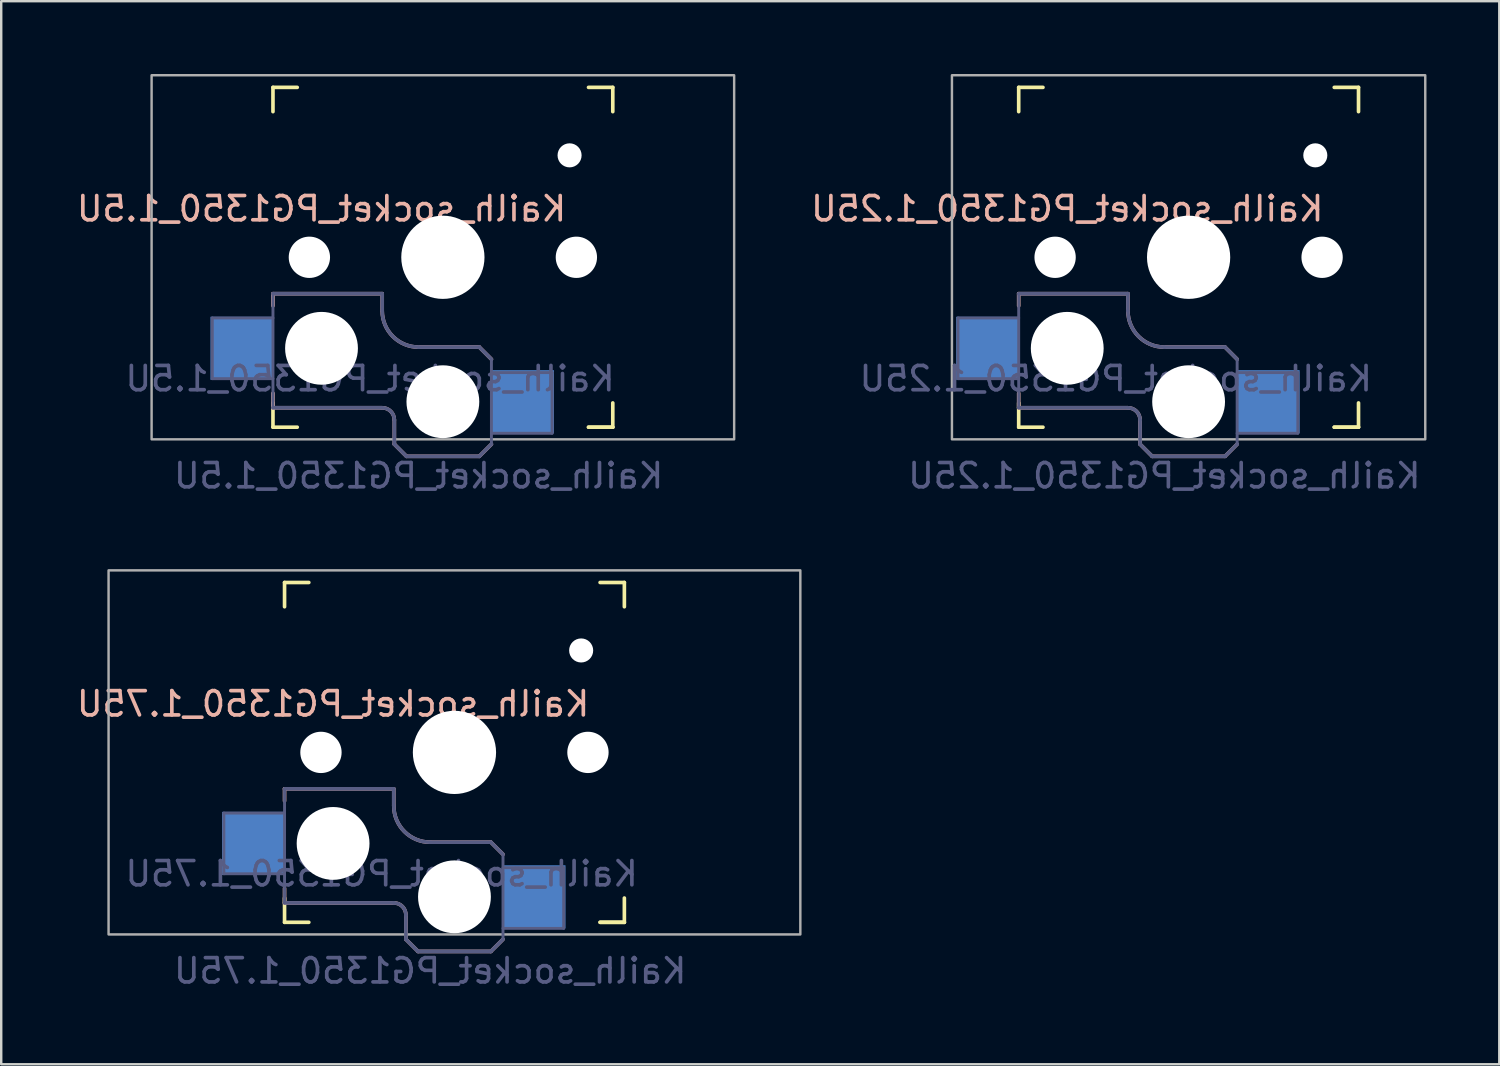
<source format=kicad_pcb>
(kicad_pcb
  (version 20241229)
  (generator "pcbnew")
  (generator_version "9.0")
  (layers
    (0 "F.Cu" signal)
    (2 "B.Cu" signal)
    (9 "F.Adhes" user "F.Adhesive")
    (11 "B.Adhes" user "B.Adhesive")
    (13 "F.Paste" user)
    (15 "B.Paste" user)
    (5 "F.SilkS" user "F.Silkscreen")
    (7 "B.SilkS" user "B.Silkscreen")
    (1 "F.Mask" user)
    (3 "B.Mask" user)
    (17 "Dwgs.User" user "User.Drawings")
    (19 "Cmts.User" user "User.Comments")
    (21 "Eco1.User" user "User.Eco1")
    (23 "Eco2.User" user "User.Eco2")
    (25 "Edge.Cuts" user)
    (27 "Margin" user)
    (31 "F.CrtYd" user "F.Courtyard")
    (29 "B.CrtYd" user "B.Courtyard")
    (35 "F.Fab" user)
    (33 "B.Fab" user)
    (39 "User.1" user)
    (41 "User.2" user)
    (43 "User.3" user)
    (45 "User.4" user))
  (footprint "Kailh_socket_PG1350_1.5U"
    (layer "F.Cu")
    (at 15.196 7.55)
    (property "Reference" "Kailh_socket_PG1350_1.5U" (at -5 -2 0) (layer "B.SilkS") (effects (font (size 1 1) (thickness 0.15)) (justify mirror)))
    (property "Value" "Kailh_socket_PG1350_1.5U" (at 0 8.255 0) (layer "F.Fab") (hide yes) (effects (font (size 1 1) (thickness 0.15))))
    (attr smd)
    (fp_line (start -7 -6) (end -7 -7) (stroke (width 0.15) (type solid)) (layer "F.SilkS"))
    (fp_line (start -7 7) (end -7 6) (stroke (width 0.15) (type solid)) (layer "F.SilkS"))
    (fp_line (start -7 7) (end -6 7) (stroke (width 0.15) (type solid)) (layer "F.SilkS"))
    (fp_line (start -6 -7) (end -7 -7) (stroke (width 0.15) (type solid)) (layer "F.SilkS"))
    (fp_line (start 6 7) (end 7 7) (stroke (width 0.15) (type solid)) (layer "F.SilkS"))
    (fp_line (start 7 -7) (end 6 -7) (stroke (width 0.15) (type solid)) (layer "F.SilkS"))
    (fp_line (start 7 -7) (end 7 -6) (stroke (width 0.15) (type solid)) (layer "F.SilkS"))
    (fp_line (start 7 6) (end 7 7) (stroke (width 0.15) (type solid)) (layer "F.SilkS"))
    (fp_line (start 7 7) (end 6 7) (stroke (width 0.15) (type solid)) (layer "F.SilkS"))
    (fp_line (start -7 1.5) (end -7 2) (stroke (width 0.15) (type solid)) (layer "B.SilkS"))
    (fp_line (start -7 5.6) (end -7 6.2) (stroke (width 0.15) (type solid)) (layer "B.SilkS"))
    (fp_line (start -7 6.2) (end -2.5 6.2) (stroke (width 0.15) (type solid)) (layer "B.SilkS"))
    (fp_line (start -2.5 1.5) (end -7 1.5) (stroke (width 0.15) (type solid)) (layer "B.SilkS"))
    (fp_line (start -2.5 2.2) (end -2.5 1.5) (stroke (width 0.15) (type solid)) (layer "B.SilkS"))
    (fp_line (start -2 6.7) (end -2 7.7) (stroke (width 0.15) (type solid)) (layer "B.SilkS"))
    (fp_line (start -1.5 8.2) (end -2 7.7) (stroke (width 0.15) (type solid)) (layer "B.SilkS"))
    (fp_line (start 1.5 3.7) (end -1 3.7) (stroke (width 0.15) (type solid)) (layer "B.SilkS"))
    (fp_line (start 1.5 8.2) (end -1.5 8.2) (stroke (width 0.15) (type solid)) (layer "B.SilkS"))
    (fp_line (start 2 4.2) (end 1.5 3.7) (stroke (width 0.15) (type solid)) (layer "B.SilkS"))
    (fp_line (start 2 7.7) (end 1.5 8.2) (stroke (width 0.15) (type solid)) (layer "B.SilkS"))
    (fp_arc (start -2.5 6.2) (mid -2.146447 6.346447) (end -2 6.7) (stroke (width 0.15) (type solid)) (layer "B.SilkS"))
    (fp_arc (start -1 3.7) (mid -2.06066 3.26066) (end -2.5 2.2) (stroke (width 0.15) (type solid)) (layer "B.SilkS"))
    (fp_line (start -6.9 6.9) (end -6.9 -6.9) (stroke (width 0.15) (type solid)) (layer "Eco2.User"))
    (fp_line (start -6.9 6.9) (end 6.9 6.9) (stroke (width 0.15) (type solid)) (layer "Eco2.User"))
    (fp_line (start -2.6 -3.1) (end -2.6 -6.3) (stroke (width 0.15) (type solid)) (layer "Eco2.User"))
    (fp_line (start -2.6 -3.1) (end 2.6 -3.1) (stroke (width 0.15) (type solid)) (layer "Eco2.User"))
    (fp_line (start 2.6 -6.3) (end -2.6 -6.3) (stroke (width 0.15) (type solid)) (layer "Eco2.User"))
    (fp_line (start 2.6 -3.1) (end 2.6 -6.3) (stroke (width 0.15) (type solid)) (layer "Eco2.User"))
    (fp_line (start 6.9 -6.9) (end -6.9 -6.9) (stroke (width 0.15) (type solid)) (layer "Eco2.User"))
    (fp_line (start 6.9 -6.9) (end 6.9 6.9) (stroke (width 0.15) (type solid)) (layer "Eco2.User"))
    (fp_line (start -9.5 2.5) (end -7 2.5) (stroke (width 0.12) (type solid)) (layer "B.Fab"))
    (fp_line (start -9.5 5) (end -9.5 2.5) (stroke (width 0.12) (type solid)) (layer "B.Fab"))
    (fp_line (start -7 1.5) (end -7 6.2) (stroke (width 0.12) (type solid)) (layer "B.Fab"))
    (fp_line (start -7 5) (end -9.5 5) (stroke (width 0.12) (type solid)) (layer "B.Fab"))
    (fp_line (start -7 6.2) (end -2.5 6.2) (stroke (width 0.15) (type solid)) (layer "B.Fab"))
    (fp_line (start -2.5 1.5) (end -7 1.5) (stroke (width 0.15) (type solid)) (layer "B.Fab"))
    (fp_line (start -2.5 2.2) (end -2.5 1.5) (stroke (width 0.15) (type solid)) (layer "B.Fab"))
    (fp_line (start -2 6.7) (end -2 7.7) (stroke (width 0.15) (type solid)) (layer "B.Fab"))
    (fp_line (start -1.5 8.2) (end -2 7.7) (stroke (width 0.15) (type solid)) (layer "B.Fab"))
    (fp_line (start 1.5 3.7) (end -1 3.7) (stroke (width 0.15) (type solid)) (layer "B.Fab"))
    (fp_line (start 1.5 8.2) (end -1.5 8.2) (stroke (width 0.15) (type solid)) (layer "B.Fab"))
    (fp_line (start 2 4.2) (end 1.5 3.7) (stroke (width 0.15) (type solid)) (layer "B.Fab"))
    (fp_line (start 2 4.25) (end 2 7.7) (stroke (width 0.12) (type solid)) (layer "B.Fab"))
    (fp_line (start 2 4.75) (end 4.5 4.75) (stroke (width 0.12) (type solid)) (layer "B.Fab"))
    (fp_line (start 2 7.7) (end 1.5 8.2) (stroke (width 0.15) (type solid)) (layer "B.Fab"))
    (fp_line (start 4.5 4.75) (end 4.5 7.25) (stroke (width 0.12) (type solid)) (layer "B.Fab"))
    (fp_line (start 4.5 7.25) (end 2 7.25) (stroke (width 0.12) (type solid)) (layer "B.Fab"))
    (fp_arc (start -2.5 6.2) (mid -2.146447 6.346447) (end -2 6.7) (stroke (width 0.15) (type solid)) (layer "B.Fab"))
    (fp_arc (start -1 3.7) (mid -2.06066 3.26066) (end -2.5 2.2) (stroke (width 0.15) (type solid)) (layer "B.Fab"))
    (fp_rect (start -12 -7.5) (end 12 7.5) (stroke (width 0.1) (type solid)) (fill no) (layer "F.Fab"))
    (fp_text user "${REFERENCE}" (at -3 5 0) (layer "B.Fab") (effects (font (size 1 1) (thickness 0.15)) (justify mirror)))
    (fp_text user "${VALUE}" (at -1 9 0) (layer "B.Fab") (effects (font (size 1 1) (thickness 0.15)) (justify mirror)))
    (pad "" np_thru_hole circle (at -5.5 0) (size 1.702 1.702) (drill 1.702) (layers "*.Cu" "*.Mask"))
    (pad "" np_thru_hole circle (at -5 3.75) (size 3 3) (drill 3) (layers "*.Cu" "*.Mask"))
    (pad "" np_thru_hole circle (at 0 0) (size 3.429 3.429) (drill 3.429) (layers "*.Cu" "*.Mask"))
    (pad "" np_thru_hole circle (at 0 5.95) (size 3 3) (drill 3) (layers "*.Cu" "*.Mask"))
    (pad "" np_thru_hole circle (at 5.22 -4.2) (size 0.991 0.991) (drill 0.991) (layers "*.Cu" "*.Mask"))
    (pad "" np_thru_hole circle (at 5.5 0) (size 1.702 1.702) (drill 1.702) (layers "*.Cu" "*.Mask"))
    (pad "1" smd rect (at 3.275 5.95) (size 2.6 2.6) (layers "B.Cu" "B.Mask" "B.Paste"))
    (pad "2" smd rect (at -8.275 3.75) (size 2.6 2.6) (layers "B.Cu" "B.Mask" "B.Paste")))
  (footprint "Kailh_socket_PG1350_1.25U"
    (layer "F.Cu")
    (at 45.919 7.55)
    (property "Reference" "Kailh_socket_PG1350_1.25U" (at -5 -2 0) (layer "B.SilkS") (effects (font (size 1 1) (thickness 0.15)) (justify mirror)))
    (property "Value" "Kailh_socket_PG1350_1.25U" (at 0 8.255 0) (layer "F.Fab") (hide yes) (effects (font (size 1 1) (thickness 0.15))))
    (attr smd)
    (fp_line (start -7 -6) (end -7 -7) (stroke (width 0.15) (type solid)) (layer "F.SilkS"))
    (fp_line (start -7 7) (end -7 6) (stroke (width 0.15) (type solid)) (layer "F.SilkS"))
    (fp_line (start -7 7) (end -6 7) (stroke (width 0.15) (type solid)) (layer "F.SilkS"))
    (fp_line (start -6 -7) (end -7 -7) (stroke (width 0.15) (type solid)) (layer "F.SilkS"))
    (fp_line (start 6 7) (end 7 7) (stroke (width 0.15) (type solid)) (layer "F.SilkS"))
    (fp_line (start 7 -7) (end 6 -7) (stroke (width 0.15) (type solid)) (layer "F.SilkS"))
    (fp_line (start 7 -7) (end 7 -6) (stroke (width 0.15) (type solid)) (layer "F.SilkS"))
    (fp_line (start 7 6) (end 7 7) (stroke (width 0.15) (type solid)) (layer "F.SilkS"))
    (fp_line (start 7 7) (end 6 7) (stroke (width 0.15) (type solid)) (layer "F.SilkS"))
    (fp_line (start -7 1.5) (end -7 2) (stroke (width 0.15) (type solid)) (layer "B.SilkS"))
    (fp_line (start -7 5.6) (end -7 6.2) (stroke (width 0.15) (type solid)) (layer "B.SilkS"))
    (fp_line (start -7 6.2) (end -2.5 6.2) (stroke (width 0.15) (type solid)) (layer "B.SilkS"))
    (fp_line (start -2.5 1.5) (end -7 1.5) (stroke (width 0.15) (type solid)) (layer "B.SilkS"))
    (fp_line (start -2.5 2.2) (end -2.5 1.5) (stroke (width 0.15) (type solid)) (layer "B.SilkS"))
    (fp_line (start -2 6.7) (end -2 7.7) (stroke (width 0.15) (type solid)) (layer "B.SilkS"))
    (fp_line (start -1.5 8.2) (end -2 7.7) (stroke (width 0.15) (type solid)) (layer "B.SilkS"))
    (fp_line (start 1.5 3.7) (end -1 3.7) (stroke (width 0.15) (type solid)) (layer "B.SilkS"))
    (fp_line (start 1.5 8.2) (end -1.5 8.2) (stroke (width 0.15) (type solid)) (layer "B.SilkS"))
    (fp_line (start 2 4.2) (end 1.5 3.7) (stroke (width 0.15) (type solid)) (layer "B.SilkS"))
    (fp_line (start 2 7.7) (end 1.5 8.2) (stroke (width 0.15) (type solid)) (layer "B.SilkS"))
    (fp_arc (start -2.5 6.2) (mid -2.146447 6.346447) (end -2 6.7) (stroke (width 0.15) (type solid)) (layer "B.SilkS"))
    (fp_arc (start -1 3.7) (mid -2.06066 3.26066) (end -2.5 2.2) (stroke (width 0.15) (type solid)) (layer "B.SilkS"))
    (fp_line (start -6.9 6.9) (end -6.9 -6.9) (stroke (width 0.15) (type solid)) (layer "Eco2.User"))
    (fp_line (start -6.9 6.9) (end 6.9 6.9) (stroke (width 0.15) (type solid)) (layer "Eco2.User"))
    (fp_line (start -2.6 -3.1) (end -2.6 -6.3) (stroke (width 0.15) (type solid)) (layer "Eco2.User"))
    (fp_line (start -2.6 -3.1) (end 2.6 -3.1) (stroke (width 0.15) (type solid)) (layer "Eco2.User"))
    (fp_line (start 2.6 -6.3) (end -2.6 -6.3) (stroke (width 0.15) (type solid)) (layer "Eco2.User"))
    (fp_line (start 2.6 -3.1) (end 2.6 -6.3) (stroke (width 0.15) (type solid)) (layer "Eco2.User"))
    (fp_line (start 6.9 -6.9) (end -6.9 -6.9) (stroke (width 0.15) (type solid)) (layer "Eco2.User"))
    (fp_line (start 6.9 -6.9) (end 6.9 6.9) (stroke (width 0.15) (type solid)) (layer "Eco2.User"))
    (fp_line (start -9.5 2.5) (end -7 2.5) (stroke (width 0.12) (type solid)) (layer "B.Fab"))
    (fp_line (start -9.5 5) (end -9.5 2.5) (stroke (width 0.12) (type solid)) (layer "B.Fab"))
    (fp_line (start -7 1.5) (end -7 6.2) (stroke (width 0.12) (type solid)) (layer "B.Fab"))
    (fp_line (start -7 5) (end -9.5 5) (stroke (width 0.12) (type solid)) (layer "B.Fab"))
    (fp_line (start -7 6.2) (end -2.5 6.2) (stroke (width 0.15) (type solid)) (layer "B.Fab"))
    (fp_line (start -2.5 1.5) (end -7 1.5) (stroke (width 0.15) (type solid)) (layer "B.Fab"))
    (fp_line (start -2.5 2.2) (end -2.5 1.5) (stroke (width 0.15) (type solid)) (layer "B.Fab"))
    (fp_line (start -2 6.7) (end -2 7.7) (stroke (width 0.15) (type solid)) (layer "B.Fab"))
    (fp_line (start -1.5 8.2) (end -2 7.7) (stroke (width 0.15) (type solid)) (layer "B.Fab"))
    (fp_line (start 1.5 3.7) (end -1 3.7) (stroke (width 0.15) (type solid)) (layer "B.Fab"))
    (fp_line (start 1.5 8.2) (end -1.5 8.2) (stroke (width 0.15) (type solid)) (layer "B.Fab"))
    (fp_line (start 2 4.2) (end 1.5 3.7) (stroke (width 0.15) (type solid)) (layer "B.Fab"))
    (fp_line (start 2 4.25) (end 2 7.7) (stroke (width 0.12) (type solid)) (layer "B.Fab"))
    (fp_line (start 2 4.75) (end 4.5 4.75) (stroke (width 0.12) (type solid)) (layer "B.Fab"))
    (fp_line (start 2 7.7) (end 1.5 8.2) (stroke (width 0.15) (type solid)) (layer "B.Fab"))
    (fp_line (start 4.5 4.75) (end 4.5 7.25) (stroke (width 0.12) (type solid)) (layer "B.Fab"))
    (fp_line (start 4.5 7.25) (end 2 7.25) (stroke (width 0.12) (type solid)) (layer "B.Fab"))
    (fp_arc (start -2.5 6.2) (mid -2.146447 6.346447) (end -2 6.7) (stroke (width 0.15) (type solid)) (layer "B.Fab"))
    (fp_arc (start -1 3.7) (mid -2.06066 3.26066) (end -2.5 2.2) (stroke (width 0.15) (type solid)) (layer "B.Fab"))
    (fp_rect (start -9.75 -7.5) (end 9.75 7.5) (stroke (width 0.1) (type solid)) (fill no) (layer "F.Fab"))
    (fp_text user "${REFERENCE}" (at -3 5 0) (layer "B.Fab") (effects (font (size 1 1) (thickness 0.15)) (justify mirror)))
    (fp_text user "${VALUE}" (at -1 9 0) (layer "B.Fab") (effects (font (size 1 1) (thickness 0.15)) (justify mirror)))
    (pad "" np_thru_hole circle (at -5.5 0) (size 1.702 1.702) (drill 1.702) (layers "*.Cu" "*.Mask"))
    (pad "" np_thru_hole circle (at -5 3.75) (size 3 3) (drill 3) (layers "*.Cu" "*.Mask"))
    (pad "" np_thru_hole circle (at 0 0) (size 3.429 3.429) (drill 3.429) (layers "*.Cu" "*.Mask"))
    (pad "" np_thru_hole circle (at 0 5.95) (size 3 3) (drill 3) (layers "*.Cu" "*.Mask"))
    (pad "" np_thru_hole circle (at 5.22 -4.2) (size 0.991 0.991) (drill 0.991) (layers "*.Cu" "*.Mask"))
    (pad "" np_thru_hole circle (at 5.5 0) (size 1.702 1.702) (drill 1.702) (layers "*.Cu" "*.Mask"))
    (pad "1" smd rect (at 3.275 5.95) (size 2.6 2.6) (layers "B.Cu" "B.Mask" "B.Paste"))
    (pad "2" smd rect (at -8.275 3.75) (size 2.6 2.6) (layers "B.Cu" "B.Mask" "B.Paste")))
  (footprint "Kailh_socket_PG1350_1.75U"
    (layer "F.Cu")
    (at 15.673 27.948)
    (property "Reference" "Kailh_socket_PG1350_1.75U" (at -5 -2 0) (layer "B.SilkS") (effects (font (size 1 1) (thickness 0.15)) (justify mirror)))
    (property "Value" "Kailh_socket_PG1350_1.75U" (at 0 8.255 0) (layer "F.Fab") (hide yes) (effects (font (size 1 1) (thickness 0.15))))
    (attr smd)
    (fp_line (start -7 -6) (end -7 -7) (stroke (width 0.15) (type solid)) (layer "F.SilkS"))
    (fp_line (start -7 7) (end -7 6) (stroke (width 0.15) (type solid)) (layer "F.SilkS"))
    (fp_line (start -7 7) (end -6 7) (stroke (width 0.15) (type solid)) (layer "F.SilkS"))
    (fp_line (start -6 -7) (end -7 -7) (stroke (width 0.15) (type solid)) (layer "F.SilkS"))
    (fp_line (start 6 7) (end 7 7) (stroke (width 0.15) (type solid)) (layer "F.SilkS"))
    (fp_line (start 7 -7) (end 6 -7) (stroke (width 0.15) (type solid)) (layer "F.SilkS"))
    (fp_line (start 7 -7) (end 7 -6) (stroke (width 0.15) (type solid)) (layer "F.SilkS"))
    (fp_line (start 7 6) (end 7 7) (stroke (width 0.15) (type solid)) (layer "F.SilkS"))
    (fp_line (start 7 7) (end 6 7) (stroke (width 0.15) (type solid)) (layer "F.SilkS"))
    (fp_line (start -7 1.5) (end -7 2) (stroke (width 0.15) (type solid)) (layer "B.SilkS"))
    (fp_line (start -7 5.6) (end -7 6.2) (stroke (width 0.15) (type solid)) (layer "B.SilkS"))
    (fp_line (start -7 6.2) (end -2.5 6.2) (stroke (width 0.15) (type solid)) (layer "B.SilkS"))
    (fp_line (start -2.5 1.5) (end -7 1.5) (stroke (width 0.15) (type solid)) (layer "B.SilkS"))
    (fp_line (start -2.5 2.2) (end -2.5 1.5) (stroke (width 0.15) (type solid)) (layer "B.SilkS"))
    (fp_line (start -2 6.7) (end -2 7.7) (stroke (width 0.15) (type solid)) (layer "B.SilkS"))
    (fp_line (start -1.5 8.2) (end -2 7.7) (stroke (width 0.15) (type solid)) (layer "B.SilkS"))
    (fp_line (start 1.5 3.7) (end -1 3.7) (stroke (width 0.15) (type solid)) (layer "B.SilkS"))
    (fp_line (start 1.5 8.2) (end -1.5 8.2) (stroke (width 0.15) (type solid)) (layer "B.SilkS"))
    (fp_line (start 2 4.2) (end 1.5 3.7) (stroke (width 0.15) (type solid)) (layer "B.SilkS"))
    (fp_line (start 2 7.7) (end 1.5 8.2) (stroke (width 0.15) (type solid)) (layer "B.SilkS"))
    (fp_arc (start -2.5 6.2) (mid -2.146447 6.346447) (end -2 6.7) (stroke (width 0.15) (type solid)) (layer "B.SilkS"))
    (fp_arc (start -1 3.7) (mid -2.06066 3.26066) (end -2.5 2.2) (stroke (width 0.15) (type solid)) (layer "B.SilkS"))
    (fp_line (start -6.9 6.9) (end -6.9 -6.9) (stroke (width 0.15) (type solid)) (layer "Eco2.User"))
    (fp_line (start -6.9 6.9) (end 6.9 6.9) (stroke (width 0.15) (type solid)) (layer "Eco2.User"))
    (fp_line (start -2.6 -3.1) (end -2.6 -6.3) (stroke (width 0.15) (type solid)) (layer "Eco2.User"))
    (fp_line (start -2.6 -3.1) (end 2.6 -3.1) (stroke (width 0.15) (type solid)) (layer "Eco2.User"))
    (fp_line (start 2.6 -6.3) (end -2.6 -6.3) (stroke (width 0.15) (type solid)) (layer "Eco2.User"))
    (fp_line (start 2.6 -3.1) (end 2.6 -6.3) (stroke (width 0.15) (type solid)) (layer "Eco2.User"))
    (fp_line (start 6.9 -6.9) (end -6.9 -6.9) (stroke (width 0.15) (type solid)) (layer "Eco2.User"))
    (fp_line (start 6.9 -6.9) (end 6.9 6.9) (stroke (width 0.15) (type solid)) (layer "Eco2.User"))
    (fp_line (start -9.5 2.5) (end -7 2.5) (stroke (width 0.12) (type solid)) (layer "B.Fab"))
    (fp_line (start -9.5 5) (end -9.5 2.5) (stroke (width 0.12) (type solid)) (layer "B.Fab"))
    (fp_line (start -7 1.5) (end -7 6.2) (stroke (width 0.12) (type solid)) (layer "B.Fab"))
    (fp_line (start -7 5) (end -9.5 5) (stroke (width 0.12) (type solid)) (layer "B.Fab"))
    (fp_line (start -7 6.2) (end -2.5 6.2) (stroke (width 0.15) (type solid)) (layer "B.Fab"))
    (fp_line (start -2.5 1.5) (end -7 1.5) (stroke (width 0.15) (type solid)) (layer "B.Fab"))
    (fp_line (start -2.5 2.2) (end -2.5 1.5) (stroke (width 0.15) (type solid)) (layer "B.Fab"))
    (fp_line (start -2 6.7) (end -2 7.7) (stroke (width 0.15) (type solid)) (layer "B.Fab"))
    (fp_line (start -1.5 8.2) (end -2 7.7) (stroke (width 0.15) (type solid)) (layer "B.Fab"))
    (fp_line (start 1.5 3.7) (end -1 3.7) (stroke (width 0.15) (type solid)) (layer "B.Fab"))
    (fp_line (start 1.5 8.2) (end -1.5 8.2) (stroke (width 0.15) (type solid)) (layer "B.Fab"))
    (fp_line (start 2 4.2) (end 1.5 3.7) (stroke (width 0.15) (type solid)) (layer "B.Fab"))
    (fp_line (start 2 4.25) (end 2 7.7) (stroke (width 0.12) (type solid)) (layer "B.Fab"))
    (fp_line (start 2 4.75) (end 4.5 4.75) (stroke (width 0.12) (type solid)) (layer "B.Fab"))
    (fp_line (start 2 7.7) (end 1.5 8.2) (stroke (width 0.15) (type solid)) (layer "B.Fab"))
    (fp_line (start 4.5 4.75) (end 4.5 7.25) (stroke (width 0.12) (type solid)) (layer "B.Fab"))
    (fp_line (start 4.5 7.25) (end 2 7.25) (stroke (width 0.12) (type solid)) (layer "B.Fab"))
    (fp_arc (start -2.5 6.2) (mid -2.146447 6.346447) (end -2 6.7) (stroke (width 0.15) (type solid)) (layer "B.Fab"))
    (fp_arc (start -1 3.7) (mid -2.06066 3.26066) (end -2.5 2.2) (stroke (width 0.15) (type solid)) (layer "B.Fab"))
    (fp_rect (start -14.25 -7.5) (end 14.25 7.5) (stroke (width 0.1) (type solid)) (fill no) (layer "F.Fab"))
    (fp_text user "${VALUE}" (at -1 9 0) (layer "B.Fab") (effects (font (size 1 1) (thickness 0.15)) (justify mirror)))
    (fp_text user "${REFERENCE}" (at -3 5 0) (layer "B.Fab") (effects (font (size 1 1) (thickness 0.15)) (justify mirror)))
    (pad "" np_thru_hole circle (at -5.5 0) (size 1.702 1.702) (drill 1.702) (layers "*.Cu" "*.Mask"))
    (pad "" np_thru_hole circle (at -5 3.75) (size 3 3) (drill 3) (layers "*.Cu" "*.Mask"))
    (pad "" np_thru_hole circle (at 0 0) (size 3.429 3.429) (drill 3.429) (layers "*.Cu" "*.Mask"))
    (pad "" np_thru_hole circle (at 0 5.95) (size 3 3) (drill 3) (layers "*.Cu" "*.Mask"))
    (pad "" np_thru_hole circle (at 5.22 -4.2) (size 0.991 0.991) (drill 0.991) (layers "*.Cu" "*.Mask"))
    (pad "" np_thru_hole circle (at 5.5 0) (size 1.702 1.702) (drill 1.702) (layers "*.Cu" "*.Mask"))
    (pad "1" smd rect (at 3.275 5.95) (size 2.6 2.6) (layers "B.Cu" "B.Mask" "B.Paste"))
    (pad "2" smd rect (at -8.275 3.75) (size 2.6 2.6) (layers "B.Cu" "B.Mask" "B.Paste")))
  (gr_rect
    (start -3 -3)
    (end 58.719 40.797)
    (stroke (width 0.1) (type default))
    (fill no)
    (layer "Edge.Cuts")))
</source>
